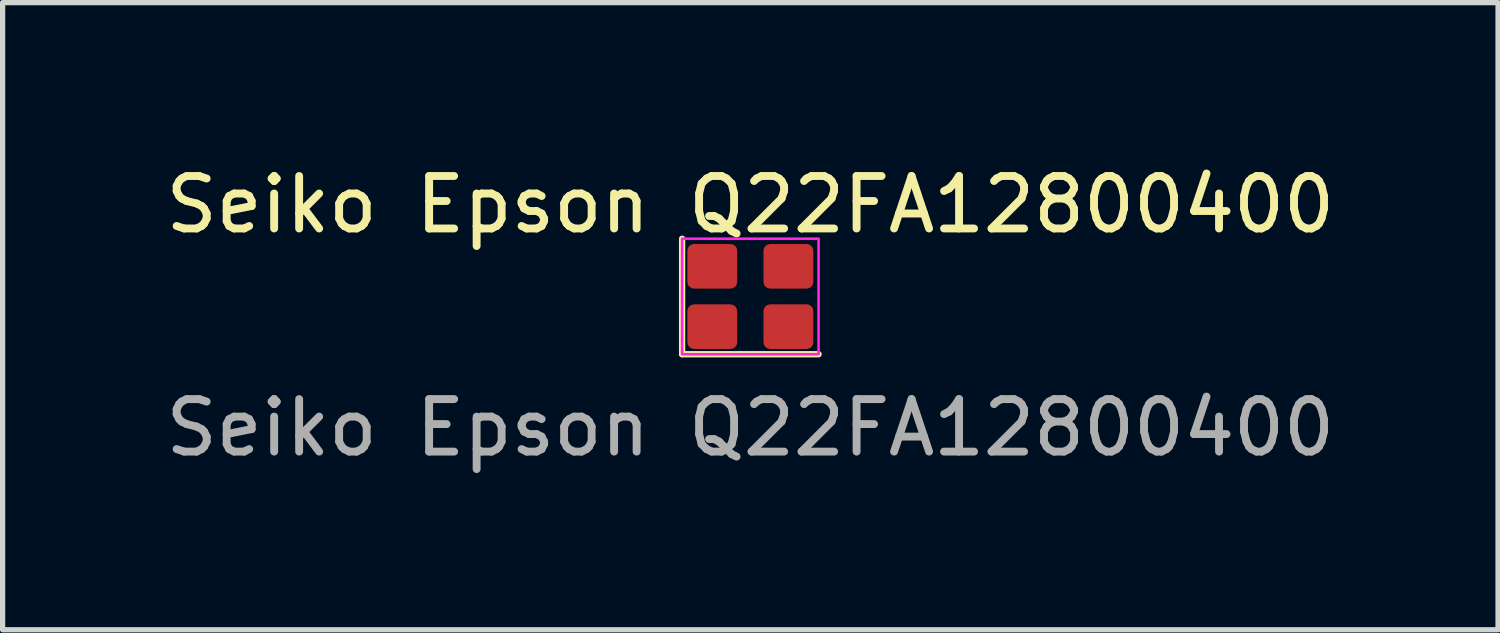
<source format=kicad_pcb>
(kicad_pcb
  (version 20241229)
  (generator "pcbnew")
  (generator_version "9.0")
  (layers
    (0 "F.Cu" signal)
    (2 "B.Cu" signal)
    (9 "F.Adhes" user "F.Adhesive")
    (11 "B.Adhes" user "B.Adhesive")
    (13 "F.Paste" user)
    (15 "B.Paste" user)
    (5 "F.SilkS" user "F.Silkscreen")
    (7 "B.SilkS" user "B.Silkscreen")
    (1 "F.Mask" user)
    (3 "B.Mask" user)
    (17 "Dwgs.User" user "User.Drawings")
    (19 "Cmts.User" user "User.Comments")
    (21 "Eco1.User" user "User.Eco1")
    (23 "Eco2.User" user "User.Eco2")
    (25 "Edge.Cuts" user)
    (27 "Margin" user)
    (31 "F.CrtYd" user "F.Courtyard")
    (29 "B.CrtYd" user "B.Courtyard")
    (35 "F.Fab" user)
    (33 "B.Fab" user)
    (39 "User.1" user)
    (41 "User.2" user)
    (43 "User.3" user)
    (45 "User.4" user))
  (footprint "Seiko Epson Q22FA12800400"
    (layer "F.Cu")
    (at 11.244 2.598)
    (property "Reference" "Seiko Epson Q22FA12800400" (at 0 -1.75 0) (unlocked yes) (layer "F.SilkS") (effects (font (size 1 1) (thickness 0.15))))
    (attr smd)
    (fp_line (start -1.3 -1.1) (end -1.3 1.1) (stroke (width 0.12) (type solid)) (layer "F.SilkS"))
    (fp_line (start 1.3 1.1) (end -1.3 1.1) (stroke (width 0.12) (type solid)) (layer "F.SilkS"))
    (fp_rect (start -1.3 -1.1) (end 1.3 1.1) (stroke (width 0.05) (type solid)) (fill no) (layer "F.CrtYd"))
    (fp_text user "${REFERENCE}" (at 0 2.5 0) (unlocked yes) (layer "F.Fab") (effects (font (size 1 1) (thickness 0.15))))
    (pad "1" smd roundrect (at -0.725 0.575 180) (size 0.95 0.85) (layers "F.Cu" "F.Mask" "F.Paste") (roundrect_rratio 0.15))
    (pad "2" smd roundrect (at 0.725 0.575) (size 0.95 0.85) (layers "F.Cu" "F.Mask" "F.Paste") (roundrect_rratio 0.15))
    (pad "3" smd roundrect (at 0.725 -0.575) (size 0.95 0.85) (layers "F.Cu" "F.Mask" "F.Paste") (roundrect_rratio 0.15))
    (pad "4" smd roundrect (at -0.725 -0.575) (size 0.95 0.85) (layers "F.Cu" "F.Mask" "F.Paste") (roundrect_rratio 0.15)))
  (gr_rect
    (start -3 -3)
    (end 25.488 8.947)
    (stroke (width 0.1) (type default))
    (fill no)
    (layer "Edge.Cuts")))
</source>
